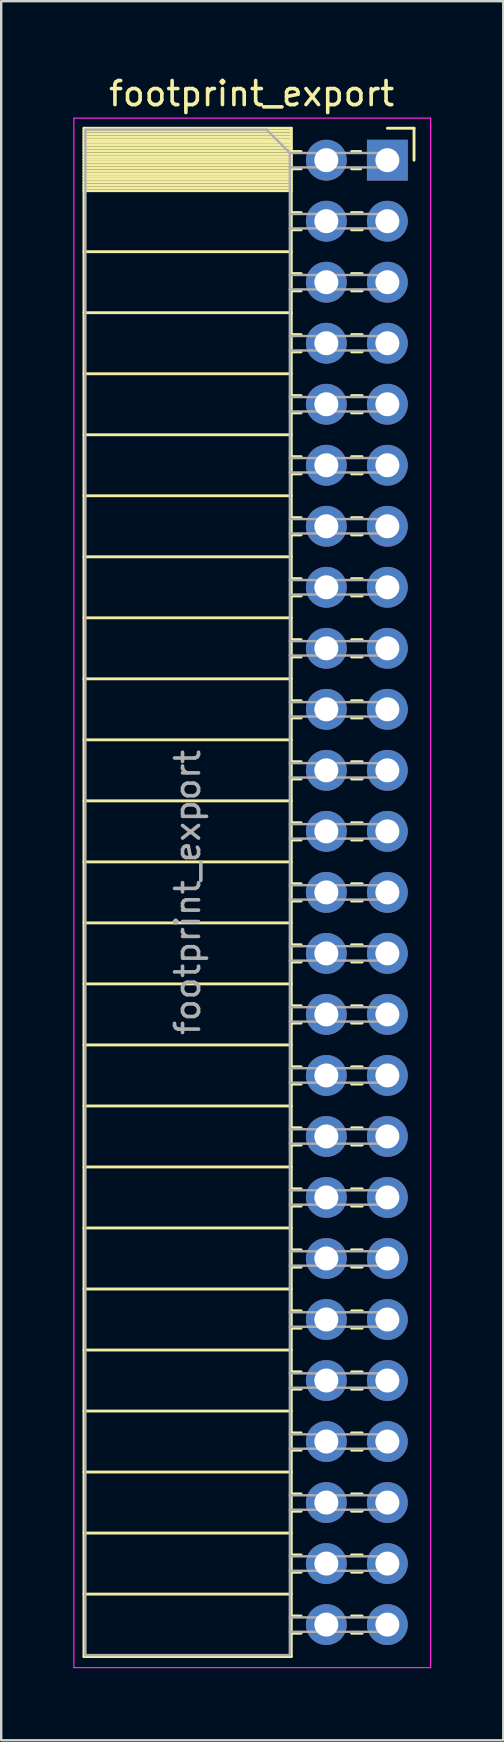
<source format=kicad_pcb>
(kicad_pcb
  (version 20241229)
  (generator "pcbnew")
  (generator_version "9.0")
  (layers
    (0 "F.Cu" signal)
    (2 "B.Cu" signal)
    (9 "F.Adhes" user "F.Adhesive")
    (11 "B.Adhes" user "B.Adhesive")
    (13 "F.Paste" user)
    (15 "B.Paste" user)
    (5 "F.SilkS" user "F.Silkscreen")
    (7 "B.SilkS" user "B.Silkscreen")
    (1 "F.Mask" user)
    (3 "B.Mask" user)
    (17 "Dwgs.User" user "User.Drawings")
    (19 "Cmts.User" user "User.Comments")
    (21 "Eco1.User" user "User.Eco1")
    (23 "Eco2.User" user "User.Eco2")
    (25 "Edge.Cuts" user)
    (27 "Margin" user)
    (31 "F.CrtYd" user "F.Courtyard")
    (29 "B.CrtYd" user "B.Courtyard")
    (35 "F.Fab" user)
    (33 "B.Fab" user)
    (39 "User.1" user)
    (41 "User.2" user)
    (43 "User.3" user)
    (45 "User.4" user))
  (footprint "footprint_export"
    (layer "F.Cu")
    (at 13.075 3.618)
    (property "Reference" "footprint_export" (at -5.65 -2.77 0) (layer "F.SilkS") (effects (font (size 1 1) (thickness 0.15))))
    (attr through_hole)
    (fp_line (start -12.63 -1.33) (end -12.63 62.29) (stroke (width 0.12) (type solid)) (layer "F.SilkS"))
    (fp_line (start -12.63 -1.33) (end -4 -1.33) (stroke (width 0.12) (type solid)) (layer "F.SilkS"))
    (fp_line (start -12.63 -1.21) (end -4 -1.21) (stroke (width 0.12) (type solid)) (layer "F.SilkS"))
    (fp_line (start -12.63 -1.092) (end -4 -1.092) (stroke (width 0.12) (type solid)) (layer "F.SilkS"))
    (fp_line (start -12.63 -0.974) (end -4 -0.974) (stroke (width 0.12) (type solid)) (layer "F.SilkS"))
    (fp_line (start -12.63 -0.856) (end -4 -0.856) (stroke (width 0.12) (type solid)) (layer "F.SilkS"))
    (fp_line (start -12.63 -0.738) (end -4 -0.738) (stroke (width 0.12) (type solid)) (layer "F.SilkS"))
    (fp_line (start -12.63 -0.62) (end -4 -0.62) (stroke (width 0.12) (type solid)) (layer "F.SilkS"))
    (fp_line (start -12.63 -0.501) (end -4 -0.501) (stroke (width 0.12) (type solid)) (layer "F.SilkS"))
    (fp_line (start -12.63 -0.383) (end -4 -0.383) (stroke (width 0.12) (type solid)) (layer "F.SilkS"))
    (fp_line (start -12.63 -0.265) (end -4 -0.265) (stroke (width 0.12) (type solid)) (layer "F.SilkS"))
    (fp_line (start -12.63 -0.147) (end -4 -0.147) (stroke (width 0.12) (type solid)) (layer "F.SilkS"))
    (fp_line (start -12.63 -0.029) (end -4 -0.029) (stroke (width 0.12) (type solid)) (layer "F.SilkS"))
    (fp_line (start -12.63 0.089) (end -4 0.089) (stroke (width 0.12) (type solid)) (layer "F.SilkS"))
    (fp_line (start -12.63 0.207) (end -4 0.207) (stroke (width 0.12) (type solid)) (layer "F.SilkS"))
    (fp_line (start -12.63 0.325) (end -4 0.325) (stroke (width 0.12) (type solid)) (layer "F.SilkS"))
    (fp_line (start -12.63 0.443) (end -4 0.443) (stroke (width 0.12) (type solid)) (layer "F.SilkS"))
    (fp_line (start -12.63 0.561) (end -4 0.561) (stroke (width 0.12) (type solid)) (layer "F.SilkS"))
    (fp_line (start -12.63 0.68) (end -4 0.68) (stroke (width 0.12) (type solid)) (layer "F.SilkS"))
    (fp_line (start -12.63 0.798) (end -4 0.798) (stroke (width 0.12) (type solid)) (layer "F.SilkS"))
    (fp_line (start -12.63 0.916) (end -4 0.916) (stroke (width 0.12) (type solid)) (layer "F.SilkS"))
    (fp_line (start -12.63 1.034) (end -4 1.034) (stroke (width 0.12) (type solid)) (layer "F.SilkS"))
    (fp_line (start -12.63 1.152) (end -4 1.152) (stroke (width 0.12) (type solid)) (layer "F.SilkS"))
    (fp_line (start -12.63 1.27) (end -4 1.27) (stroke (width 0.12) (type solid)) (layer "F.SilkS"))
    (fp_line (start -12.63 3.81) (end -4 3.81) (stroke (width 0.12) (type solid)) (layer "F.SilkS"))
    (fp_line (start -12.63 6.35) (end -4 6.35) (stroke (width 0.12) (type solid)) (layer "F.SilkS"))
    (fp_line (start -12.63 8.89) (end -4 8.89) (stroke (width 0.12) (type solid)) (layer "F.SilkS"))
    (fp_line (start -12.63 11.43) (end -4 11.43) (stroke (width 0.12) (type solid)) (layer "F.SilkS"))
    (fp_line (start -12.63 13.97) (end -4 13.97) (stroke (width 0.12) (type solid)) (layer "F.SilkS"))
    (fp_line (start -12.63 16.51) (end -4 16.51) (stroke (width 0.12) (type solid)) (layer "F.SilkS"))
    (fp_line (start -12.63 19.05) (end -4 19.05) (stroke (width 0.12) (type solid)) (layer "F.SilkS"))
    (fp_line (start -12.63 21.59) (end -4 21.59) (stroke (width 0.12) (type solid)) (layer "F.SilkS"))
    (fp_line (start -12.63 24.13) (end -4 24.13) (stroke (width 0.12) (type solid)) (layer "F.SilkS"))
    (fp_line (start -12.63 26.67) (end -4 26.67) (stroke (width 0.12) (type solid)) (layer "F.SilkS"))
    (fp_line (start -12.63 29.21) (end -4 29.21) (stroke (width 0.12) (type solid)) (layer "F.SilkS"))
    (fp_line (start -12.63 31.75) (end -4 31.75) (stroke (width 0.12) (type solid)) (layer "F.SilkS"))
    (fp_line (start -12.63 34.29) (end -4 34.29) (stroke (width 0.12) (type solid)) (layer "F.SilkS"))
    (fp_line (start -12.63 36.83) (end -4 36.83) (stroke (width 0.12) (type solid)) (layer "F.SilkS"))
    (fp_line (start -12.63 39.37) (end -4 39.37) (stroke (width 0.12) (type solid)) (layer "F.SilkS"))
    (fp_line (start -12.63 41.91) (end -4 41.91) (stroke (width 0.12) (type solid)) (layer "F.SilkS"))
    (fp_line (start -12.63 44.45) (end -4 44.45) (stroke (width 0.12) (type solid)) (layer "F.SilkS"))
    (fp_line (start -12.63 46.99) (end -4 46.99) (stroke (width 0.12) (type solid)) (layer "F.SilkS"))
    (fp_line (start -12.63 49.53) (end -4 49.53) (stroke (width 0.12) (type solid)) (layer "F.SilkS"))
    (fp_line (start -12.63 52.07) (end -4 52.07) (stroke (width 0.12) (type solid)) (layer "F.SilkS"))
    (fp_line (start -12.63 54.61) (end -4 54.61) (stroke (width 0.12) (type solid)) (layer "F.SilkS"))
    (fp_line (start -12.63 57.15) (end -4 57.15) (stroke (width 0.12) (type solid)) (layer "F.SilkS"))
    (fp_line (start -12.63 59.69) (end -4 59.69) (stroke (width 0.12) (type solid)) (layer "F.SilkS"))
    (fp_line (start -12.63 62.29) (end -4 62.29) (stroke (width 0.12) (type solid)) (layer "F.SilkS"))
    (fp_line (start -4 -1.33) (end -4 62.29) (stroke (width 0.12) (type solid)) (layer "F.SilkS"))
    (fp_line (start -4 -0.36) (end -3.59 -0.36) (stroke (width 0.12) (type solid)) (layer "F.SilkS"))
    (fp_line (start -4 0.36) (end -3.59 0.36) (stroke (width 0.12) (type solid)) (layer "F.SilkS"))
    (fp_line (start -4 2.18) (end -3.59 2.18) (stroke (width 0.12) (type solid)) (layer "F.SilkS"))
    (fp_line (start -4 2.9) (end -3.59 2.9) (stroke (width 0.12) (type solid)) (layer "F.SilkS"))
    (fp_line (start -4 4.72) (end -3.59 4.72) (stroke (width 0.12) (type solid)) (layer "F.SilkS"))
    (fp_line (start -4 5.44) (end -3.59 5.44) (stroke (width 0.12) (type solid)) (layer "F.SilkS"))
    (fp_line (start -4 7.26) (end -3.59 7.26) (stroke (width 0.12) (type solid)) (layer "F.SilkS"))
    (fp_line (start -4 7.98) (end -3.59 7.98) (stroke (width 0.12) (type solid)) (layer "F.SilkS"))
    (fp_line (start -4 9.8) (end -3.59 9.8) (stroke (width 0.12) (type solid)) (layer "F.SilkS"))
    (fp_line (start -4 10.52) (end -3.59 10.52) (stroke (width 0.12) (type solid)) (layer "F.SilkS"))
    (fp_line (start -4 12.34) (end -3.59 12.34) (stroke (width 0.12) (type solid)) (layer "F.SilkS"))
    (fp_line (start -4 13.06) (end -3.59 13.06) (stroke (width 0.12) (type solid)) (layer "F.SilkS"))
    (fp_line (start -4 14.88) (end -3.59 14.88) (stroke (width 0.12) (type solid)) (layer "F.SilkS"))
    (fp_line (start -4 15.6) (end -3.59 15.6) (stroke (width 0.12) (type solid)) (layer "F.SilkS"))
    (fp_line (start -4 17.42) (end -3.59 17.42) (stroke (width 0.12) (type solid)) (layer "F.SilkS"))
    (fp_line (start -4 18.14) (end -3.59 18.14) (stroke (width 0.12) (type solid)) (layer "F.SilkS"))
    (fp_line (start -4 19.96) (end -3.59 19.96) (stroke (width 0.12) (type solid)) (layer "F.SilkS"))
    (fp_line (start -4 20.68) (end -3.59 20.68) (stroke (width 0.12) (type solid)) (layer "F.SilkS"))
    (fp_line (start -4 22.5) (end -3.59 22.5) (stroke (width 0.12) (type solid)) (layer "F.SilkS"))
    (fp_line (start -4 23.22) (end -3.59 23.22) (stroke (width 0.12) (type solid)) (layer "F.SilkS"))
    (fp_line (start -4 25.04) (end -3.59 25.04) (stroke (width 0.12) (type solid)) (layer "F.SilkS"))
    (fp_line (start -4 25.76) (end -3.59 25.76) (stroke (width 0.12) (type solid)) (layer "F.SilkS"))
    (fp_line (start -4 27.58) (end -3.59 27.58) (stroke (width 0.12) (type solid)) (layer "F.SilkS"))
    (fp_line (start -4 28.3) (end -3.59 28.3) (stroke (width 0.12) (type solid)) (layer "F.SilkS"))
    (fp_line (start -4 30.12) (end -3.59 30.12) (stroke (width 0.12) (type solid)) (layer "F.SilkS"))
    (fp_line (start -4 30.84) (end -3.59 30.84) (stroke (width 0.12) (type solid)) (layer "F.SilkS"))
    (fp_line (start -4 32.66) (end -3.59 32.66) (stroke (width 0.12) (type solid)) (layer "F.SilkS"))
    (fp_line (start -4 33.38) (end -3.59 33.38) (stroke (width 0.12) (type solid)) (layer "F.SilkS"))
    (fp_line (start -4 35.2) (end -3.59 35.2) (stroke (width 0.12) (type solid)) (layer "F.SilkS"))
    (fp_line (start -4 35.92) (end -3.59 35.92) (stroke (width 0.12) (type solid)) (layer "F.SilkS"))
    (fp_line (start -4 37.74) (end -3.59 37.74) (stroke (width 0.12) (type solid)) (layer "F.SilkS"))
    (fp_line (start -4 38.46) (end -3.59 38.46) (stroke (width 0.12) (type solid)) (layer "F.SilkS"))
    (fp_line (start -4 40.28) (end -3.59 40.28) (stroke (width 0.12) (type solid)) (layer "F.SilkS"))
    (fp_line (start -4 41) (end -3.59 41) (stroke (width 0.12) (type solid)) (layer "F.SilkS"))
    (fp_line (start -4 42.82) (end -3.59 42.82) (stroke (width 0.12) (type solid)) (layer "F.SilkS"))
    (fp_line (start -4 43.54) (end -3.59 43.54) (stroke (width 0.12) (type solid)) (layer "F.SilkS"))
    (fp_line (start -4 45.36) (end -3.59 45.36) (stroke (width 0.12) (type solid)) (layer "F.SilkS"))
    (fp_line (start -4 46.08) (end -3.59 46.08) (stroke (width 0.12) (type solid)) (layer "F.SilkS"))
    (fp_line (start -4 47.9) (end -3.59 47.9) (stroke (width 0.12) (type solid)) (layer "F.SilkS"))
    (fp_line (start -4 48.62) (end -3.59 48.62) (stroke (width 0.12) (type solid)) (layer "F.SilkS"))
    (fp_line (start -4 50.44) (end -3.59 50.44) (stroke (width 0.12) (type solid)) (layer "F.SilkS"))
    (fp_line (start -4 51.16) (end -3.59 51.16) (stroke (width 0.12) (type solid)) (layer "F.SilkS"))
    (fp_line (start -4 52.98) (end -3.59 52.98) (stroke (width 0.12) (type solid)) (layer "F.SilkS"))
    (fp_line (start -4 53.7) (end -3.59 53.7) (stroke (width 0.12) (type solid)) (layer "F.SilkS"))
    (fp_line (start -4 55.52) (end -3.59 55.52) (stroke (width 0.12) (type solid)) (layer "F.SilkS"))
    (fp_line (start -4 56.24) (end -3.59 56.24) (stroke (width 0.12) (type solid)) (layer "F.SilkS"))
    (fp_line (start -4 58.06) (end -3.59 58.06) (stroke (width 0.12) (type solid)) (layer "F.SilkS"))
    (fp_line (start -4 58.78) (end -3.59 58.78) (stroke (width 0.12) (type solid)) (layer "F.SilkS"))
    (fp_line (start -4 60.6) (end -3.59 60.6) (stroke (width 0.12) (type solid)) (layer "F.SilkS"))
    (fp_line (start -4 61.32) (end -3.59 61.32) (stroke (width 0.12) (type solid)) (layer "F.SilkS"))
    (fp_line (start -1.49 -0.36) (end -1.11 -0.36) (stroke (width 0.12) (type solid)) (layer "F.SilkS"))
    (fp_line (start -1.49 0.36) (end -1.11 0.36) (stroke (width 0.12) (type solid)) (layer "F.SilkS"))
    (fp_line (start -1.49 2.18) (end -1.05 2.18) (stroke (width 0.12) (type solid)) (layer "F.SilkS"))
    (fp_line (start -1.49 2.9) (end -1.05 2.9) (stroke (width 0.12) (type solid)) (layer "F.SilkS"))
    (fp_line (start -1.49 4.72) (end -1.05 4.72) (stroke (width 0.12) (type solid)) (layer "F.SilkS"))
    (fp_line (start -1.49 5.44) (end -1.05 5.44) (stroke (width 0.12) (type solid)) (layer "F.SilkS"))
    (fp_line (start -1.49 7.26) (end -1.05 7.26) (stroke (width 0.12) (type solid)) (layer "F.SilkS"))
    (fp_line (start -1.49 7.98) (end -1.05 7.98) (stroke (width 0.12) (type solid)) (layer "F.SilkS"))
    (fp_line (start -1.49 9.8) (end -1.05 9.8) (stroke (width 0.12) (type solid)) (layer "F.SilkS"))
    (fp_line (start -1.49 10.52) (end -1.05 10.52) (stroke (width 0.12) (type solid)) (layer "F.SilkS"))
    (fp_line (start -1.49 12.34) (end -1.05 12.34) (stroke (width 0.12) (type solid)) (layer "F.SilkS"))
    (fp_line (start -1.49 13.06) (end -1.05 13.06) (stroke (width 0.12) (type solid)) (layer "F.SilkS"))
    (fp_line (start -1.49 14.88) (end -1.05 14.88) (stroke (width 0.12) (type solid)) (layer "F.SilkS"))
    (fp_line (start -1.49 15.6) (end -1.05 15.6) (stroke (width 0.12) (type solid)) (layer "F.SilkS"))
    (fp_line (start -1.49 17.42) (end -1.05 17.42) (stroke (width 0.12) (type solid)) (layer "F.SilkS"))
    (fp_line (start -1.49 18.14) (end -1.05 18.14) (stroke (width 0.12) (type solid)) (layer "F.SilkS"))
    (fp_line (start -1.49 19.96) (end -1.05 19.96) (stroke (width 0.12) (type solid)) (layer "F.SilkS"))
    (fp_line (start -1.49 20.68) (end -1.05 20.68) (stroke (width 0.12) (type solid)) (layer "F.SilkS"))
    (fp_line (start -1.49 22.5) (end -1.05 22.5) (stroke (width 0.12) (type solid)) (layer "F.SilkS"))
    (fp_line (start -1.49 23.22) (end -1.05 23.22) (stroke (width 0.12) (type solid)) (layer "F.SilkS"))
    (fp_line (start -1.49 25.04) (end -1.05 25.04) (stroke (width 0.12) (type solid)) (layer "F.SilkS"))
    (fp_line (start -1.49 25.76) (end -1.05 25.76) (stroke (width 0.12) (type solid)) (layer "F.SilkS"))
    (fp_line (start -1.49 27.58) (end -1.05 27.58) (stroke (width 0.12) (type solid)) (layer "F.SilkS"))
    (fp_line (start -1.49 28.3) (end -1.05 28.3) (stroke (width 0.12) (type solid)) (layer "F.SilkS"))
    (fp_line (start -1.49 30.12) (end -1.05 30.12) (stroke (width 0.12) (type solid)) (layer "F.SilkS"))
    (fp_line (start -1.49 30.84) (end -1.05 30.84) (stroke (width 0.12) (type solid)) (layer "F.SilkS"))
    (fp_line (start -1.49 32.66) (end -1.05 32.66) (stroke (width 0.12) (type solid)) (layer "F.SilkS"))
    (fp_line (start -1.49 33.38) (end -1.05 33.38) (stroke (width 0.12) (type solid)) (layer "F.SilkS"))
    (fp_line (start -1.49 35.2) (end -1.05 35.2) (stroke (width 0.12) (type solid)) (layer "F.SilkS"))
    (fp_line (start -1.49 35.92) (end -1.05 35.92) (stroke (width 0.12) (type solid)) (layer "F.SilkS"))
    (fp_line (start -1.49 37.74) (end -1.05 37.74) (stroke (width 0.12) (type solid)) (layer "F.SilkS"))
    (fp_line (start -1.49 38.46) (end -1.05 38.46) (stroke (width 0.12) (type solid)) (layer "F.SilkS"))
    (fp_line (start -1.49 40.28) (end -1.05 40.28) (stroke (width 0.12) (type solid)) (layer "F.SilkS"))
    (fp_line (start -1.49 41) (end -1.05 41) (stroke (width 0.12) (type solid)) (layer "F.SilkS"))
    (fp_line (start -1.49 42.82) (end -1.05 42.82) (stroke (width 0.12) (type solid)) (layer "F.SilkS"))
    (fp_line (start -1.49 43.54) (end -1.05 43.54) (stroke (width 0.12) (type solid)) (layer "F.SilkS"))
    (fp_line (start -1.49 45.36) (end -1.05 45.36) (stroke (width 0.12) (type solid)) (layer "F.SilkS"))
    (fp_line (start -1.49 46.08) (end -1.05 46.08) (stroke (width 0.12) (type solid)) (layer "F.SilkS"))
    (fp_line (start -1.49 47.9) (end -1.05 47.9) (stroke (width 0.12) (type solid)) (layer "F.SilkS"))
    (fp_line (start -1.49 48.62) (end -1.05 48.62) (stroke (width 0.12) (type solid)) (layer "F.SilkS"))
    (fp_line (start -1.49 50.44) (end -1.05 50.44) (stroke (width 0.12) (type solid)) (layer "F.SilkS"))
    (fp_line (start -1.49 51.16) (end -1.05 51.16) (stroke (width 0.12) (type solid)) (layer "F.SilkS"))
    (fp_line (start -1.49 52.98) (end -1.05 52.98) (stroke (width 0.12) (type solid)) (layer "F.SilkS"))
    (fp_line (start -1.49 53.7) (end -1.05 53.7) (stroke (width 0.12) (type solid)) (layer "F.SilkS"))
    (fp_line (start -1.49 55.52) (end -1.05 55.52) (stroke (width 0.12) (type solid)) (layer "F.SilkS"))
    (fp_line (start -1.49 56.24) (end -1.05 56.24) (stroke (width 0.12) (type solid)) (layer "F.SilkS"))
    (fp_line (start -1.49 58.06) (end -1.05 58.06) (stroke (width 0.12) (type solid)) (layer "F.SilkS"))
    (fp_line (start -1.49 58.78) (end -1.05 58.78) (stroke (width 0.12) (type solid)) (layer "F.SilkS"))
    (fp_line (start -1.49 60.6) (end -1.05 60.6) (stroke (width 0.12) (type solid)) (layer "F.SilkS"))
    (fp_line (start -1.49 61.32) (end -1.05 61.32) (stroke (width 0.12) (type solid)) (layer "F.SilkS"))
    (fp_line (start 0 -1.33) (end 1.11 -1.33) (stroke (width 0.12) (type solid)) (layer "F.SilkS"))
    (fp_line (start 1.11 -1.33) (end 1.11 0) (stroke (width 0.12) (type solid)) (layer "F.SilkS"))
    (fp_line (start -13.05 -1.75) (end -13.05 62.75) (stroke (width 0.05) (type solid)) (layer "F.CrtYd"))
    (fp_line (start -13.05 62.75) (end 1.8 62.75) (stroke (width 0.05) (type solid)) (layer "F.CrtYd"))
    (fp_line (start 1.8 -1.75) (end -13.05 -1.75) (stroke (width 0.05) (type solid)) (layer "F.CrtYd"))
    (fp_line (start 1.8 62.75) (end 1.8 -1.75) (stroke (width 0.05) (type solid)) (layer "F.CrtYd"))
    (fp_line (start -12.57 -1.27) (end -5.03 -1.27) (stroke (width 0.1) (type solid)) (layer "F.Fab"))
    (fp_line (start -12.57 62.23) (end -12.57 -1.27) (stroke (width 0.1) (type solid)) (layer "F.Fab"))
    (fp_line (start -5.03 -1.27) (end -4.06 -0.3) (stroke (width 0.1) (type solid)) (layer "F.Fab"))
    (fp_line (start -4.06 -0.3) (end -4.06 62.23) (stroke (width 0.1) (type solid)) (layer "F.Fab"))
    (fp_line (start -4.06 0.3) (end 0 0.3) (stroke (width 0.1) (type solid)) (layer "F.Fab"))
    (fp_line (start -4.06 2.84) (end 0 2.84) (stroke (width 0.1) (type solid)) (layer "F.Fab"))
    (fp_line (start -4.06 5.38) (end 0 5.38) (stroke (width 0.1) (type solid)) (layer "F.Fab"))
    (fp_line (start -4.06 7.92) (end 0 7.92) (stroke (width 0.1) (type solid)) (layer "F.Fab"))
    (fp_line (start -4.06 10.46) (end 0 10.46) (stroke (width 0.1) (type solid)) (layer "F.Fab"))
    (fp_line (start -4.06 13) (end 0 13) (stroke (width 0.1) (type solid)) (layer "F.Fab"))
    (fp_line (start -4.06 15.54) (end 0 15.54) (stroke (width 0.1) (type solid)) (layer "F.Fab"))
    (fp_line (start -4.06 18.08) (end 0 18.08) (stroke (width 0.1) (type solid)) (layer "F.Fab"))
    (fp_line (start -4.06 20.62) (end 0 20.62) (stroke (width 0.1) (type solid)) (layer "F.Fab"))
    (fp_line (start -4.06 23.16) (end 0 23.16) (stroke (width 0.1) (type solid)) (layer "F.Fab"))
    (fp_line (start -4.06 25.7) (end 0 25.7) (stroke (width 0.1) (type solid)) (layer "F.Fab"))
    (fp_line (start -4.06 28.24) (end 0 28.24) (stroke (width 0.1) (type solid)) (layer "F.Fab"))
    (fp_line (start -4.06 30.78) (end 0 30.78) (stroke (width 0.1) (type solid)) (layer "F.Fab"))
    (fp_line (start -4.06 33.32) (end 0 33.32) (stroke (width 0.1) (type solid)) (layer "F.Fab"))
    (fp_line (start -4.06 35.86) (end 0 35.86) (stroke (width 0.1) (type solid)) (layer "F.Fab"))
    (fp_line (start -4.06 38.4) (end 0 38.4) (stroke (width 0.1) (type solid)) (layer "F.Fab"))
    (fp_line (start -4.06 40.94) (end 0 40.94) (stroke (width 0.1) (type solid)) (layer "F.Fab"))
    (fp_line (start -4.06 43.48) (end 0 43.48) (stroke (width 0.1) (type solid)) (layer "F.Fab"))
    (fp_line (start -4.06 46.02) (end 0 46.02) (stroke (width 0.1) (type solid)) (layer "F.Fab"))
    (fp_line (start -4.06 48.56) (end 0 48.56) (stroke (width 0.1) (type solid)) (layer "F.Fab"))
    (fp_line (start -4.06 51.1) (end 0 51.1) (stroke (width 0.1) (type solid)) (layer "F.Fab"))
    (fp_line (start -4.06 53.64) (end 0 53.64) (stroke (width 0.1) (type solid)) (layer "F.Fab"))
    (fp_line (start -4.06 56.18) (end 0 56.18) (stroke (width 0.1) (type solid)) (layer "F.Fab"))
    (fp_line (start -4.06 58.72) (end 0 58.72) (stroke (width 0.1) (type solid)) (layer "F.Fab"))
    (fp_line (start -4.06 61.26) (end 0 61.26) (stroke (width 0.1) (type solid)) (layer "F.Fab"))
    (fp_line (start -4.06 62.23) (end -12.57 62.23) (stroke (width 0.1) (type solid)) (layer "F.Fab"))
    (fp_line (start 0 -0.3) (end -4.06 -0.3) (stroke (width 0.1) (type solid)) (layer "F.Fab"))
    (fp_line (start 0 0.3) (end 0 -0.3) (stroke (width 0.1) (type solid)) (layer "F.Fab"))
    (fp_line (start 0 2.24) (end -4.06 2.24) (stroke (width 0.1) (type solid)) (layer "F.Fab"))
    (fp_line (start 0 2.84) (end 0 2.24) (stroke (width 0.1) (type solid)) (layer "F.Fab"))
    (fp_line (start 0 4.78) (end -4.06 4.78) (stroke (width 0.1) (type solid)) (layer "F.Fab"))
    (fp_line (start 0 5.38) (end 0 4.78) (stroke (width 0.1) (type solid)) (layer "F.Fab"))
    (fp_line (start 0 7.32) (end -4.06 7.32) (stroke (width 0.1) (type solid)) (layer "F.Fab"))
    (fp_line (start 0 7.92) (end 0 7.32) (stroke (width 0.1) (type solid)) (layer "F.Fab"))
    (fp_line (start 0 9.86) (end -4.06 9.86) (stroke (width 0.1) (type solid)) (layer "F.Fab"))
    (fp_line (start 0 10.46) (end 0 9.86) (stroke (width 0.1) (type solid)) (layer "F.Fab"))
    (fp_line (start 0 12.4) (end -4.06 12.4) (stroke (width 0.1) (type solid)) (layer "F.Fab"))
    (fp_line (start 0 13) (end 0 12.4) (stroke (width 0.1) (type solid)) (layer "F.Fab"))
    (fp_line (start 0 14.94) (end -4.06 14.94) (stroke (width 0.1) (type solid)) (layer "F.Fab"))
    (fp_line (start 0 15.54) (end 0 14.94) (stroke (width 0.1) (type solid)) (layer "F.Fab"))
    (fp_line (start 0 17.48) (end -4.06 17.48) (stroke (width 0.1) (type solid)) (layer "F.Fab"))
    (fp_line (start 0 18.08) (end 0 17.48) (stroke (width 0.1) (type solid)) (layer "F.Fab"))
    (fp_line (start 0 20.02) (end -4.06 20.02) (stroke (width 0.1) (type solid)) (layer "F.Fab"))
    (fp_line (start 0 20.62) (end 0 20.02) (stroke (width 0.1) (type solid)) (layer "F.Fab"))
    (fp_line (start 0 22.56) (end -4.06 22.56) (stroke (width 0.1) (type solid)) (layer "F.Fab"))
    (fp_line (start 0 23.16) (end 0 22.56) (stroke (width 0.1) (type solid)) (layer "F.Fab"))
    (fp_line (start 0 25.1) (end -4.06 25.1) (stroke (width 0.1) (type solid)) (layer "F.Fab"))
    (fp_line (start 0 25.7) (end 0 25.1) (stroke (width 0.1) (type solid)) (layer "F.Fab"))
    (fp_line (start 0 27.64) (end -4.06 27.64) (stroke (width 0.1) (type solid)) (layer "F.Fab"))
    (fp_line (start 0 28.24) (end 0 27.64) (stroke (width 0.1) (type solid)) (layer "F.Fab"))
    (fp_line (start 0 30.18) (end -4.06 30.18) (stroke (width 0.1) (type solid)) (layer "F.Fab"))
    (fp_line (start 0 30.78) (end 0 30.18) (stroke (width 0.1) (type solid)) (layer "F.Fab"))
    (fp_line (start 0 32.72) (end -4.06 32.72) (stroke (width 0.1) (type solid)) (layer "F.Fab"))
    (fp_line (start 0 33.32) (end 0 32.72) (stroke (width 0.1) (type solid)) (layer "F.Fab"))
    (fp_line (start 0 35.26) (end -4.06 35.26) (stroke (width 0.1) (type solid)) (layer "F.Fab"))
    (fp_line (start 0 35.86) (end 0 35.26) (stroke (width 0.1) (type solid)) (layer "F.Fab"))
    (fp_line (start 0 37.8) (end -4.06 37.8) (stroke (width 0.1) (type solid)) (layer "F.Fab"))
    (fp_line (start 0 38.4) (end 0 37.8) (stroke (width 0.1) (type solid)) (layer "F.Fab"))
    (fp_line (start 0 40.34) (end -4.06 40.34) (stroke (width 0.1) (type solid)) (layer "F.Fab"))
    (fp_line (start 0 40.94) (end 0 40.34) (stroke (width 0.1) (type solid)) (layer "F.Fab"))
    (fp_line (start 0 42.88) (end -4.06 42.88) (stroke (width 0.1) (type solid)) (layer "F.Fab"))
    (fp_line (start 0 43.48) (end 0 42.88) (stroke (width 0.1) (type solid)) (layer "F.Fab"))
    (fp_line (start 0 45.42) (end -4.06 45.42) (stroke (width 0.1) (type solid)) (layer "F.Fab"))
    (fp_line (start 0 46.02) (end 0 45.42) (stroke (width 0.1) (type solid)) (layer "F.Fab"))
    (fp_line (start 0 47.96) (end -4.06 47.96) (stroke (width 0.1) (type solid)) (layer "F.Fab"))
    (fp_line (start 0 48.56) (end 0 47.96) (stroke (width 0.1) (type solid)) (layer "F.Fab"))
    (fp_line (start 0 50.5) (end -4.06 50.5) (stroke (width 0.1) (type solid)) (layer "F.Fab"))
    (fp_line (start 0 51.1) (end 0 50.5) (stroke (width 0.1) (type solid)) (layer "F.Fab"))
    (fp_line (start 0 53.04) (end -4.06 53.04) (stroke (width 0.1) (type solid)) (layer "F.Fab"))
    (fp_line (start 0 53.64) (end 0 53.04) (stroke (width 0.1) (type solid)) (layer "F.Fab"))
    (fp_line (start 0 55.58) (end -4.06 55.58) (stroke (width 0.1) (type solid)) (layer "F.Fab"))
    (fp_line (start 0 56.18) (end 0 55.58) (stroke (width 0.1) (type solid)) (layer "F.Fab"))
    (fp_line (start 0 58.12) (end -4.06 58.12) (stroke (width 0.1) (type solid)) (layer "F.Fab"))
    (fp_line (start 0 58.72) (end 0 58.12) (stroke (width 0.1) (type solid)) (layer "F.Fab"))
    (fp_line (start 0 60.66) (end -4.06 60.66) (stroke (width 0.1) (type solid)) (layer "F.Fab"))
    (fp_line (start 0 61.26) (end 0 60.66) (stroke (width 0.1) (type solid)) (layer "F.Fab"))
    (fp_text user "${REFERENCE}" (at -8.315 30.48 90) (layer "F.Fab") (effects (font (size 1 1) (thickness 0.15))))
    (pad "1" thru_hole rect (at 0 0) (size 1.7 1.7) (drill 1) (layers "*.Cu" "*.Mask"))
    (pad "2" thru_hole oval (at -2.54 0) (size 1.7 1.7) (drill 1) (layers "*.Cu" "*.Mask"))
    (pad "3" thru_hole oval (at 0 2.54) (size 1.7 1.7) (drill 1) (layers "*.Cu" "*.Mask"))
    (pad "4" thru_hole oval (at -2.54 2.54) (size 1.7 1.7) (drill 1) (layers "*.Cu" "*.Mask"))
    (pad "5" thru_hole oval (at 0 5.08) (size 1.7 1.7) (drill 1) (layers "*.Cu" "*.Mask"))
    (pad "6" thru_hole oval (at -2.54 5.08) (size 1.7 1.7) (drill 1) (layers "*.Cu" "*.Mask"))
    (pad "7" thru_hole oval (at 0 7.62) (size 1.7 1.7) (drill 1) (layers "*.Cu" "*.Mask"))
    (pad "8" thru_hole oval (at -2.54 7.62) (size 1.7 1.7) (drill 1) (layers "*.Cu" "*.Mask"))
    (pad "9" thru_hole oval (at 0 10.16) (size 1.7 1.7) (drill 1) (layers "*.Cu" "*.Mask"))
    (pad "10" thru_hole oval (at -2.54 10.16) (size 1.7 1.7) (drill 1) (layers "*.Cu" "*.Mask"))
    (pad "11" thru_hole oval (at 0 12.7) (size 1.7 1.7) (drill 1) (layers "*.Cu" "*.Mask"))
    (pad "12" thru_hole oval (at -2.54 12.7) (size 1.7 1.7) (drill 1) (layers "*.Cu" "*.Mask"))
    (pad "13" thru_hole oval (at 0 15.24) (size 1.7 1.7) (drill 1) (layers "*.Cu" "*.Mask"))
    (pad "14" thru_hole oval (at -2.54 15.24) (size 1.7 1.7) (drill 1) (layers "*.Cu" "*.Mask"))
    (pad "15" thru_hole oval (at 0 17.78) (size 1.7 1.7) (drill 1) (layers "*.Cu" "*.Mask"))
    (pad "16" thru_hole oval (at -2.54 17.78) (size 1.7 1.7) (drill 1) (layers "*.Cu" "*.Mask"))
    (pad "17" thru_hole oval (at 0 20.32) (size 1.7 1.7) (drill 1) (layers "*.Cu" "*.Mask"))
    (pad "18" thru_hole oval (at -2.54 20.32) (size 1.7 1.7) (drill 1) (layers "*.Cu" "*.Mask"))
    (pad "19" thru_hole oval (at 0 22.86) (size 1.7 1.7) (drill 1) (layers "*.Cu" "*.Mask"))
    (pad "20" thru_hole oval (at -2.54 22.86) (size 1.7 1.7) (drill 1) (layers "*.Cu" "*.Mask"))
    (pad "21" thru_hole oval (at 0 25.4) (size 1.7 1.7) (drill 1) (layers "*.Cu" "*.Mask"))
    (pad "22" thru_hole oval (at -2.54 25.4) (size 1.7 1.7) (drill 1) (layers "*.Cu" "*.Mask"))
    (pad "23" thru_hole oval (at 0 27.94) (size 1.7 1.7) (drill 1) (layers "*.Cu" "*.Mask"))
    (pad "24" thru_hole oval (at -2.54 27.94) (size 1.7 1.7) (drill 1) (layers "*.Cu" "*.Mask"))
    (pad "25" thru_hole oval (at 0 30.48) (size 1.7 1.7) (drill 1) (layers "*.Cu" "*.Mask"))
    (pad "26" thru_hole oval (at -2.54 30.48) (size 1.7 1.7) (drill 1) (layers "*.Cu" "*.Mask"))
    (pad "27" thru_hole oval (at 0 33.02) (size 1.7 1.7) (drill 1) (layers "*.Cu" "*.Mask"))
    (pad "28" thru_hole oval (at -2.54 33.02) (size 1.7 1.7) (drill 1) (layers "*.Cu" "*.Mask"))
    (pad "29" thru_hole oval (at 0 35.56) (size 1.7 1.7) (drill 1) (layers "*.Cu" "*.Mask"))
    (pad "30" thru_hole oval (at -2.54 35.56) (size 1.7 1.7) (drill 1) (layers "*.Cu" "*.Mask"))
    (pad "31" thru_hole oval (at 0 38.1) (size 1.7 1.7) (drill 1) (layers "*.Cu" "*.Mask"))
    (pad "32" thru_hole oval (at -2.54 38.1) (size 1.7 1.7) (drill 1) (layers "*.Cu" "*.Mask"))
    (pad "33" thru_hole oval (at 0 40.64) (size 1.7 1.7) (drill 1) (layers "*.Cu" "*.Mask"))
    (pad "34" thru_hole oval (at -2.54 40.64) (size 1.7 1.7) (drill 1) (layers "*.Cu" "*.Mask"))
    (pad "35" thru_hole oval (at 0 43.18) (size 1.7 1.7) (drill 1) (layers "*.Cu" "*.Mask"))
    (pad "36" thru_hole oval (at -2.54 43.18) (size 1.7 1.7) (drill 1) (layers "*.Cu" "*.Mask"))
    (pad "37" thru_hole oval (at 0 45.72) (size 1.7 1.7) (drill 1) (layers "*.Cu" "*.Mask"))
    (pad "38" thru_hole oval (at -2.54 45.72) (size 1.7 1.7) (drill 1) (layers "*.Cu" "*.Mask"))
    (pad "39" thru_hole oval (at 0 48.26) (size 1.7 1.7) (drill 1) (layers "*.Cu" "*.Mask"))
    (pad "40" thru_hole oval (at -2.54 48.26) (size 1.7 1.7) (drill 1) (layers "*.Cu" "*.Mask"))
    (pad "41" thru_hole oval (at 0 50.8) (size 1.7 1.7) (drill 1) (layers "*.Cu" "*.Mask"))
    (pad "42" thru_hole oval (at -2.54 50.8) (size 1.7 1.7) (drill 1) (layers "*.Cu" "*.Mask"))
    (pad "43" thru_hole oval (at 0 53.34) (size 1.7 1.7) (drill 1) (layers "*.Cu" "*.Mask"))
    (pad "44" thru_hole oval (at -2.54 53.34) (size 1.7 1.7) (drill 1) (layers "*.Cu" "*.Mask"))
    (pad "45" thru_hole oval (at 0 55.88) (size 1.7 1.7) (drill 1) (layers "*.Cu" "*.Mask"))
    (pad "46" thru_hole oval (at -2.54 55.88) (size 1.7 1.7) (drill 1) (layers "*.Cu" "*.Mask"))
    (pad "47" thru_hole oval (at 0 58.42) (size 1.7 1.7) (drill 1) (layers "*.Cu" "*.Mask"))
    (pad "48" thru_hole oval (at -2.54 58.42) (size 1.7 1.7) (drill 1) (layers "*.Cu" "*.Mask"))
    (pad "49" thru_hole oval (at 0 60.96) (size 1.7 1.7) (drill 1) (layers "*.Cu" "*.Mask"))
    (pad "50" thru_hole oval (at -2.54 60.96) (size 1.7 1.7) (drill 1) (layers "*.Cu" "*.Mask")))
  (gr_rect
    (start -3 -3)
    (end 17.9 69.393)
    (stroke (width 0.1) (type default))
    (fill no)
    (layer "Edge.Cuts")))
</source>
